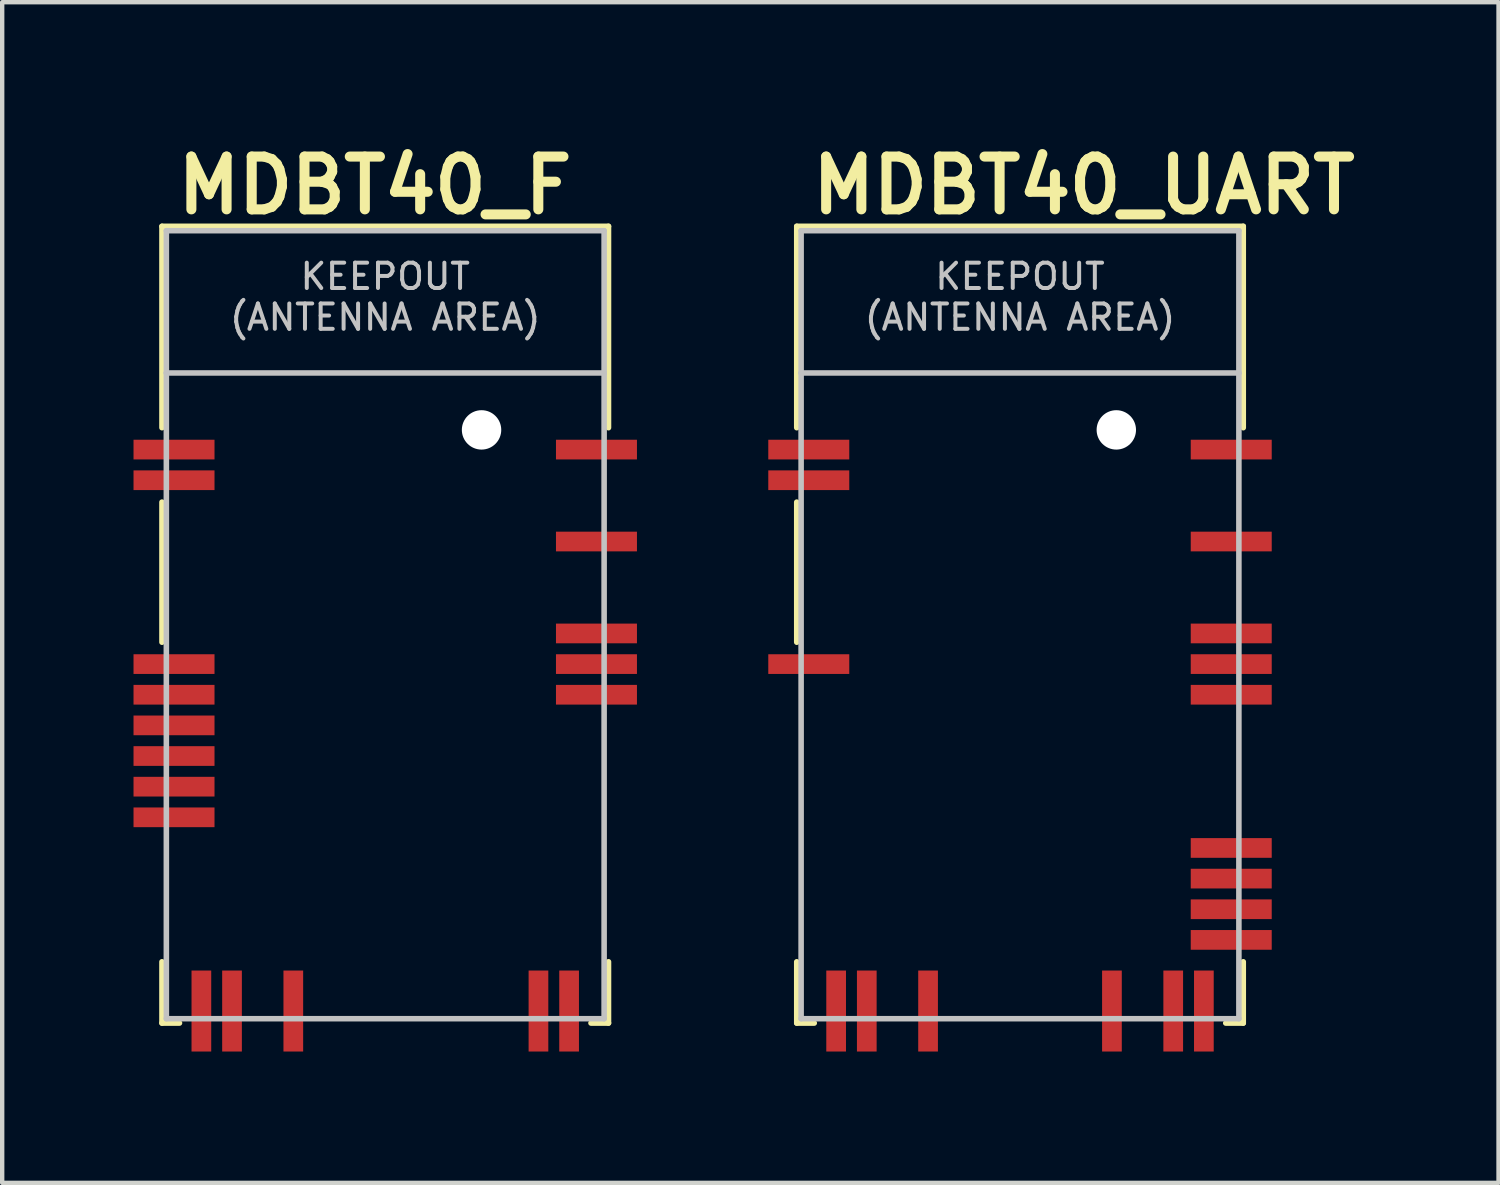
<source format=kicad_pcb>
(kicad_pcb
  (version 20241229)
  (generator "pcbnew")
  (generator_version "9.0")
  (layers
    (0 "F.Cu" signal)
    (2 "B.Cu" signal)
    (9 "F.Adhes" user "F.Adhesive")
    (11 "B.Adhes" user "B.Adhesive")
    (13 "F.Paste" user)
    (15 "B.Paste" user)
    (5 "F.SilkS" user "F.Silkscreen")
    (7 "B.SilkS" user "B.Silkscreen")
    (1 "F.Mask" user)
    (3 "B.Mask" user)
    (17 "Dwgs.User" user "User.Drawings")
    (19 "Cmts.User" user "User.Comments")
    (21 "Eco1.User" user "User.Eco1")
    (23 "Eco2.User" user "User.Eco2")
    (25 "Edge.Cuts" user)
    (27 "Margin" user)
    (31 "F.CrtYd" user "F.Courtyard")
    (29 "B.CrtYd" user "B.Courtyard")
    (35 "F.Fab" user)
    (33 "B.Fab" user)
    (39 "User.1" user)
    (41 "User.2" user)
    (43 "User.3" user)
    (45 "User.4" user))
  (footprint "MDBT40_F"
    (layer "F.Cu")
    (at 5.75 11.22)
    (property "Reference" "MDBT40_F" (at -4.866 -9.328 0) (layer "F.SilkS") (effects (font (size 1.206 1.206) (thickness 0.229)) (justify left bottom)))
    (attr through_hole)
    (fp_line (start -5.1 -9.1) (end 5.1 -9.1) (stroke (width 0.127) (type solid)) (layer "F.SilkS"))
    (fp_line (start -5.1 -4.5) (end -5.1 -9.1) (stroke (width 0.127) (type solid)) (layer "F.SilkS"))
    (fp_line (start -5.1 -2.8) (end -5.1 0.4) (stroke (width 0.127) (type solid)) (layer "F.SilkS"))
    (fp_line (start -5.1 7.7) (end -5.1 9.1) (stroke (width 0.127) (type solid)) (layer "F.SilkS"))
    (fp_line (start -5.1 9.1) (end -4.7 9.1) (stroke (width 0.127) (type solid)) (layer "F.SilkS"))
    (fp_line (start 4.7 9.1) (end 5.1 9.1) (stroke (width 0.127) (type solid)) (layer "F.SilkS"))
    (fp_line (start 5.1 -9.1) (end 5.1 -4.5) (stroke (width 0.127) (type solid)) (layer "F.SilkS"))
    (fp_line (start 5.1 9.1) (end 5.1 7.7) (stroke (width 0.127) (type solid)) (layer "F.SilkS"))
    (fp_line (start -5 -9) (end 5 -9) (stroke (width 0.127) (type solid)) (layer "Dwgs.User"))
    (fp_line (start -5 -5.75) (end -5 -9) (stroke (width 0.127) (type solid)) (layer "Dwgs.User"))
    (fp_line (start -5 -5.75) (end 5 -5.75) (stroke (width 0.127) (type solid)) (layer "Dwgs.User"))
    (fp_line (start -5 9) (end -5 -5.75) (stroke (width 0.127) (type solid)) (layer "Dwgs.User"))
    (fp_line (start 5 -9) (end 5 -5.75) (stroke (width 0.127) (type solid)) (layer "Dwgs.User"))
    (fp_line (start 5 -5.75) (end 5 9) (stroke (width 0.127) (type solid)) (layer "Dwgs.User"))
    (fp_line (start 5 9) (end -5 9) (stroke (width 0.127) (type solid)) (layer "Dwgs.User"))
    (fp_text user "KEEPOUT\n(ANTENNA AREA)" (at 0 -7.488 0) (layer "Dwgs.User") (effects (font (size 0.579 0.579) (thickness 0.091))))
    (pad "" np_thru_hole circle (at 2.2 -4.45) (size 0.9 0.9) (drill 0.9) (layers "*.Cu"))
    (pad "1" smd rect (at -4.825 -4) (size 1.85 0.45) (layers "F.Cu" "F.Mask" "F.Paste"))
    (pad "2" smd rect (at -4.825 -3.3) (size 1.85 0.45) (layers "F.Cu" "F.Mask" "F.Paste"))
    (pad "3" smd rect (at -4.825 0.9) (size 1.85 0.45) (layers "F.Cu" "F.Mask" "F.Paste"))
    (pad "4" smd rect (at -4.825 1.6) (size 1.85 0.45) (layers "F.Cu" "F.Mask" "F.Paste"))
    (pad "5" smd rect (at -4.825 2.3) (size 1.85 0.45) (layers "F.Cu" "F.Mask" "F.Paste"))
    (pad "6" smd rect (at -4.825 3) (size 1.85 0.45) (layers "F.Cu" "F.Mask" "F.Paste"))
    (pad "7" smd rect (at -4.825 3.7) (size 1.85 0.45) (layers "F.Cu" "F.Mask" "F.Paste"))
    (pad "8" smd rect (at -4.825 4.4) (size 1.85 0.45) (layers "F.Cu" "F.Mask" "F.Paste"))
    (pad "13" smd rect (at -4.2 8.825 90) (size 1.85 0.45) (layers "F.Cu" "F.Mask" "F.Paste"))
    (pad "14" smd rect (at -3.5 8.825 90) (size 1.85 0.45) (layers "F.Cu" "F.Mask" "F.Paste"))
    (pad "16" smd rect (at -2.1 8.825 90) (size 1.85 0.45) (layers "F.Cu" "F.Mask" "F.Paste"))
    (pad "24" smd rect (at 3.5 8.825 90) (size 1.85 0.45) (layers "F.Cu" "F.Mask" "F.Paste"))
    (pad "25" smd rect (at 4.2 8.825 90) (size 1.85 0.45) (layers "F.Cu" "F.Mask" "F.Paste"))
    (pad "34" smd rect (at 4.825 1.6) (size 1.85 0.45) (layers "F.Cu" "F.Mask" "F.Paste"))
    (pad "35" smd rect (at 4.825 0.9) (size 1.85 0.45) (layers "F.Cu" "F.Mask" "F.Paste"))
    (pad "36" smd rect (at 4.825 0.2) (size 1.85 0.45) (layers "F.Cu" "F.Mask" "F.Paste"))
    (pad "39" smd rect (at 4.825 -1.9) (size 1.85 0.45) (layers "F.Cu" "F.Mask" "F.Paste"))
    (pad "42" smd rect (at 4.825 -4) (size 1.85 0.45) (layers "F.Cu" "F.Mask" "F.Paste")))
  (footprint "MDBT40_UART"
    (layer "F.Cu")
    (at 20.25 11.22)
    (property "Reference" "MDBT40_UART" (at -4.866 -9.328 0) (layer "F.SilkS") (effects (font (size 1.206 1.206) (thickness 0.229)) (justify left bottom)))
    (attr through_hole)
    (fp_line (start -5.1 -9.1) (end 5.1 -9.1) (stroke (width 0.127) (type solid)) (layer "F.SilkS"))
    (fp_line (start -5.1 -4.5) (end -5.1 -9.1) (stroke (width 0.127) (type solid)) (layer "F.SilkS"))
    (fp_line (start -5.1 -2.8) (end -5.1 0.4) (stroke (width 0.127) (type solid)) (layer "F.SilkS"))
    (fp_line (start -5.1 7.7) (end -5.1 9.1) (stroke (width 0.127) (type solid)) (layer "F.SilkS"))
    (fp_line (start -5.1 9.1) (end -4.7 9.1) (stroke (width 0.127) (type solid)) (layer "F.SilkS"))
    (fp_line (start 4.7 9.1) (end 5.1 9.1) (stroke (width 0.127) (type solid)) (layer "F.SilkS"))
    (fp_line (start 5.1 -9.1) (end 5.1 -4.5) (stroke (width 0.127) (type solid)) (layer "F.SilkS"))
    (fp_line (start 5.1 9.1) (end 5.1 7.7) (stroke (width 0.127) (type solid)) (layer "F.SilkS"))
    (fp_line (start -5 -9) (end 5 -9) (stroke (width 0.127) (type solid)) (layer "Dwgs.User"))
    (fp_line (start -5 -5.75) (end -5 -9) (stroke (width 0.127) (type solid)) (layer "Dwgs.User"))
    (fp_line (start -5 -5.75) (end 5 -5.75) (stroke (width 0.127) (type solid)) (layer "Dwgs.User"))
    (fp_line (start -5 9) (end -5 -5.75) (stroke (width 0.127) (type solid)) (layer "Dwgs.User"))
    (fp_line (start 5 -9) (end 5 -5.75) (stroke (width 0.127) (type solid)) (layer "Dwgs.User"))
    (fp_line (start 5 -5.75) (end 5 9) (stroke (width 0.127) (type solid)) (layer "Dwgs.User"))
    (fp_line (start 5 9) (end -5 9) (stroke (width 0.127) (type solid)) (layer "Dwgs.User"))
    (fp_text user "KEEPOUT\n(ANTENNA AREA)" (at 0 -7.488 0) (layer "Dwgs.User") (effects (font (size 0.579 0.579) (thickness 0.091))))
    (pad "" np_thru_hole circle (at 2.2 -4.45) (size 0.9 0.9) (drill 0.9) (layers "*.Cu"))
    (pad "1" smd rect (at -4.825 -4) (size 1.85 0.45) (layers "F.Cu" "F.Mask" "F.Paste"))
    (pad "2" smd rect (at -4.825 -3.3) (size 1.85 0.45) (layers "F.Cu" "F.Mask" "F.Paste"))
    (pad "3" smd rect (at -4.825 0.9) (size 1.85 0.45) (layers "F.Cu" "F.Mask" "F.Paste"))
    (pad "13" smd rect (at -4.2 8.825 90) (size 1.85 0.45) (layers "F.Cu" "F.Mask" "F.Paste"))
    (pad "14" smd rect (at -3.5 8.825 90) (size 1.85 0.45) (layers "F.Cu" "F.Mask" "F.Paste"))
    (pad "16" smd rect (at -2.1 8.825 90) (size 1.85 0.45) (layers "F.Cu" "F.Mask" "F.Paste"))
    (pad "22" smd rect (at 2.1 8.825 90) (size 1.85 0.45) (layers "F.Cu" "F.Mask" "F.Paste"))
    (pad "24" smd rect (at 3.5 8.825 90) (size 1.85 0.45) (layers "F.Cu" "F.Mask" "F.Paste"))
    (pad "25" smd rect (at 4.2 8.825 90) (size 1.85 0.45) (layers "F.Cu" "F.Mask" "F.Paste"))
    (pad "26" smd rect (at 4.825 7.2) (size 1.85 0.45) (layers "F.Cu" "F.Mask" "F.Paste"))
    (pad "27" smd rect (at 4.825 6.5) (size 1.85 0.45) (layers "F.Cu" "F.Mask" "F.Paste"))
    (pad "28" smd rect (at 4.825 5.8) (size 1.85 0.45) (layers "F.Cu" "F.Mask" "F.Paste"))
    (pad "29" smd rect (at 4.825 5.1) (size 1.85 0.45) (layers "F.Cu" "F.Mask" "F.Paste"))
    (pad "34" smd rect (at 4.825 1.6) (size 1.85 0.45) (layers "F.Cu" "F.Mask" "F.Paste"))
    (pad "35" smd rect (at 4.825 0.9) (size 1.85 0.45) (layers "F.Cu" "F.Mask" "F.Paste"))
    (pad "36" smd rect (at 4.825 0.2) (size 1.85 0.45) (layers "F.Cu" "F.Mask" "F.Paste"))
    (pad "39" smd rect (at 4.825 -1.9) (size 1.85 0.45) (layers "F.Cu" "F.Mask" "F.Paste"))
    (pad "42" smd rect (at 4.825 -4) (size 1.85 0.45) (layers "F.Cu" "F.Mask" "F.Paste")))
  (gr_rect
    (start -3 -3)
    (end 31.181 23.97)
    (stroke (width 0.1) (type default))
    (fill no)
    (layer "Edge.Cuts")))
</source>
